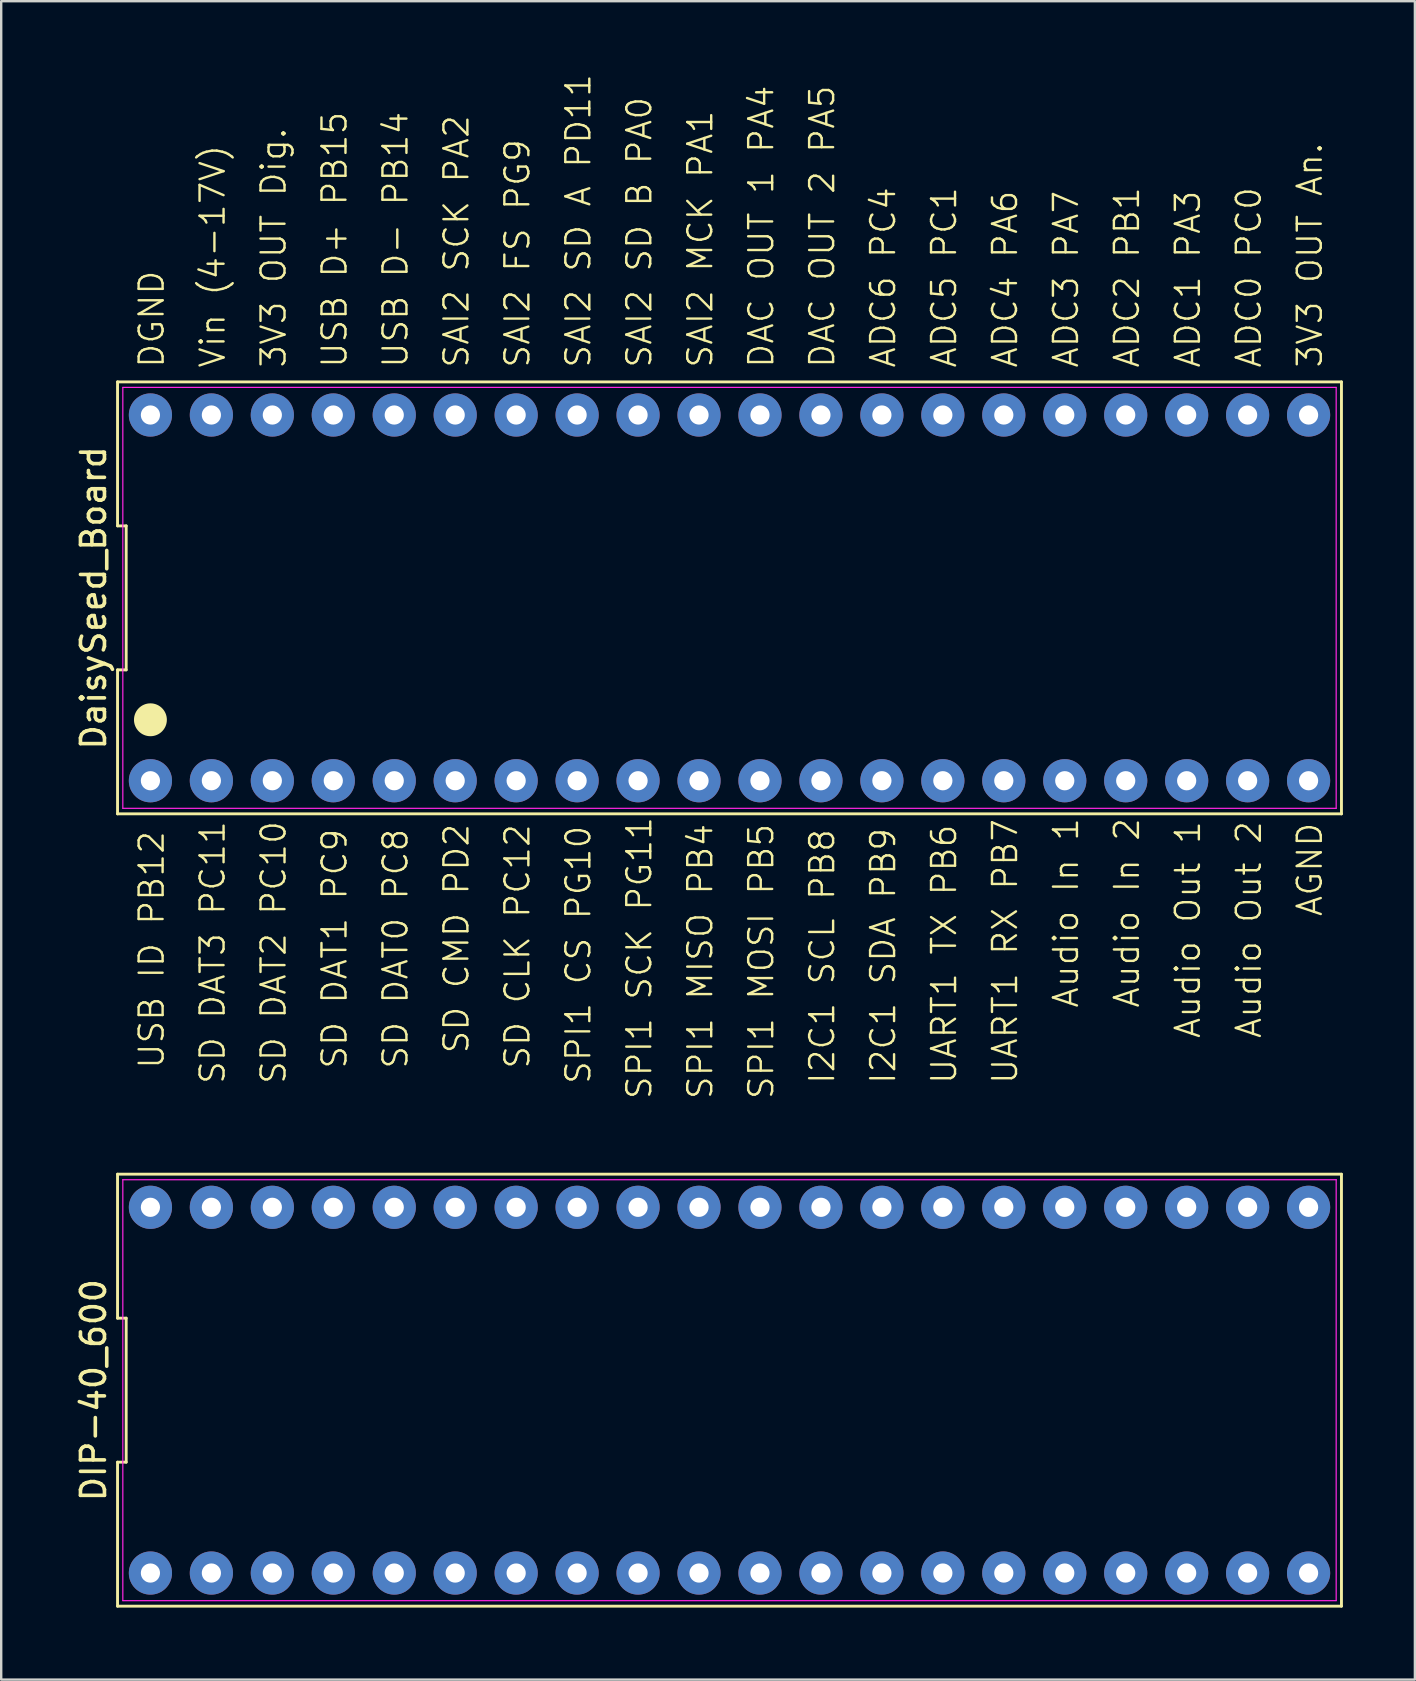
<source format=kicad_pcb>
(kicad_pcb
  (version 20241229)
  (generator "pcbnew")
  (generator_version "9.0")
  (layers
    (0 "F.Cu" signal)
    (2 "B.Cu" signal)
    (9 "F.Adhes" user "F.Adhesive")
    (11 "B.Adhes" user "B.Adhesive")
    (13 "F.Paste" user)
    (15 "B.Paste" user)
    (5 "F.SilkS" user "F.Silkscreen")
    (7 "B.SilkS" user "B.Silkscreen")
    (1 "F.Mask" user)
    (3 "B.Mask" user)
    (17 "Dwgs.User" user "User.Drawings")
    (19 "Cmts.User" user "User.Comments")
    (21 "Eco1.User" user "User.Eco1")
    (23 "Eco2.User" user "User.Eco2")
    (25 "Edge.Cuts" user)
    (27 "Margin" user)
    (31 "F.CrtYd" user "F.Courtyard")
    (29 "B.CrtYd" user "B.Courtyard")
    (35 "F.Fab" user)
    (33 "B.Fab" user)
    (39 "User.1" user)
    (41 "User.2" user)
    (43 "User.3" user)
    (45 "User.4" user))
  (footprint "DIP-40_600"
    (layer "F.Cu")
    (at 27.348 54.878)
    (property "Reference" "DIP-40_600" (at -26.5 0 90) (layer "F.SilkS") (effects (font (size 1 1) (thickness 0.15))))
    (attr through_hole)
    (fp_line (start -25.5 -9) (end -25.5 -3) (stroke (width 0.12) (type default)) (layer "F.SilkS"))
    (fp_line (start -25.5 -3) (end -25.14 -3) (stroke (width 0.12) (type default)) (layer "F.SilkS"))
    (fp_line (start -25.5 3) (end -25.5 9) (stroke (width 0.12) (type default)) (layer "F.SilkS"))
    (fp_line (start -25.5 9) (end 25.5 9) (stroke (width 0.12) (type default)) (layer "F.SilkS"))
    (fp_line (start -25.14 -3) (end -25.14 3) (stroke (width 0.12) (type default)) (layer "F.SilkS"))
    (fp_line (start -25.14 3) (end -25.5 3) (stroke (width 0.12) (type default)) (layer "F.SilkS"))
    (fp_line (start 25.5 -9) (end -25.5 -9) (stroke (width 0.12) (type default)) (layer "F.SilkS"))
    (fp_line (start 25.5 9) (end 25.5 -9) (stroke (width 0.12) (type default)) (layer "F.SilkS"))
    (fp_line (start -25.28 -8.77) (end 25.28 -8.77) (stroke (width 0.05) (type default)) (layer "F.CrtYd"))
    (fp_line (start -25.28 8.77) (end -25.28 -8.77) (stroke (width 0.05) (type default)) (layer "F.CrtYd"))
    (fp_line (start 25.28 -8.77) (end 25.28 8.77) (stroke (width 0.05) (type default)) (layer "F.CrtYd"))
    (fp_line (start 25.28 8.77) (end -25.28 8.77) (stroke (width 0.05) (type default)) (layer "F.CrtYd"))
    (pad "1" thru_hole circle (at -24.13 7.62) (size 1.8 1.8) (drill 0.8) (layers "*.Cu" "*.Mask"))
    (pad "2" thru_hole circle (at -21.59 7.62) (size 1.8 1.8) (drill 0.8) (layers "*.Cu" "*.Mask"))
    (pad "3" thru_hole circle (at -19.05 7.62) (size 1.8 1.8) (drill 0.8) (layers "*.Cu" "*.Mask"))
    (pad "4" thru_hole circle (at -16.51 7.62) (size 1.8 1.8) (drill 0.8) (layers "*.Cu" "*.Mask"))
    (pad "5" thru_hole circle (at -13.97 7.62) (size 1.8 1.8) (drill 0.8) (layers "*.Cu" "*.Mask"))
    (pad "6" thru_hole circle (at -11.43 7.62) (size 1.8 1.8) (drill 0.8) (layers "*.Cu" "*.Mask"))
    (pad "7" thru_hole circle (at -8.89 7.62) (size 1.8 1.8) (drill 0.8) (layers "*.Cu" "*.Mask"))
    (pad "8" thru_hole circle (at -6.35 7.62) (size 1.8 1.8) (drill 0.8) (layers "*.Cu" "*.Mask"))
    (pad "9" thru_hole circle (at -3.81 7.62) (size 1.8 1.8) (drill 0.8) (layers "*.Cu" "*.Mask"))
    (pad "10" thru_hole circle (at -1.27 7.62) (size 1.8 1.8) (drill 0.8) (layers "*.Cu" "*.Mask"))
    (pad "11" thru_hole circle (at 1.27 7.62) (size 1.8 1.8) (drill 0.8) (layers "*.Cu" "*.Mask"))
    (pad "12" thru_hole circle (at 3.81 7.62) (size 1.8 1.8) (drill 0.8) (layers "*.Cu" "*.Mask"))
    (pad "13" thru_hole circle (at 6.35 7.62) (size 1.8 1.8) (drill 0.8) (layers "*.Cu" "*.Mask"))
    (pad "14" thru_hole circle (at 8.89 7.62) (size 1.8 1.8) (drill 0.8) (layers "*.Cu" "*.Mask"))
    (pad "15" thru_hole circle (at 11.43 7.62) (size 1.8 1.8) (drill 0.8) (layers "*.Cu" "*.Mask"))
    (pad "16" thru_hole circle (at 13.97 7.62) (size 1.8 1.8) (drill 0.8) (layers "*.Cu" "*.Mask"))
    (pad "17" thru_hole circle (at 16.51 7.62) (size 1.8 1.8) (drill 0.8) (layers "*.Cu" "*.Mask"))
    (pad "18" thru_hole circle (at 19.05 7.62) (size 1.8 1.8) (drill 0.8) (layers "*.Cu" "*.Mask"))
    (pad "19" thru_hole circle (at 21.59 7.62) (size 1.8 1.8) (drill 0.8) (layers "*.Cu" "*.Mask"))
    (pad "20" thru_hole circle (at 24.13 7.62) (size 1.8 1.8) (drill 0.8) (layers "*.Cu" "*.Mask"))
    (pad "21" thru_hole circle (at 24.13 -7.62) (size 1.8 1.8) (drill 0.8) (layers "*.Cu" "*.Mask"))
    (pad "22" thru_hole circle (at 21.59 -7.62) (size 1.8 1.8) (drill 0.8) (layers "*.Cu" "*.Mask"))
    (pad "23" thru_hole circle (at 19.05 -7.62) (size 1.8 1.8) (drill 0.8) (layers "*.Cu" "*.Mask"))
    (pad "24" thru_hole circle (at 16.51 -7.62) (size 1.8 1.8) (drill 0.8) (layers "*.Cu" "*.Mask"))
    (pad "25" thru_hole circle (at 13.97 -7.62) (size 1.8 1.8) (drill 0.8) (layers "*.Cu" "*.Mask"))
    (pad "26" thru_hole circle (at 11.43 -7.62) (size 1.8 1.8) (drill 0.8) (layers "*.Cu" "*.Mask"))
    (pad "27" thru_hole circle (at 8.89 -7.62) (size 1.8 1.8) (drill 0.8) (layers "*.Cu" "*.Mask"))
    (pad "28" thru_hole circle (at 6.35 -7.62) (size 1.8 1.8) (drill 0.8) (layers "*.Cu" "*.Mask"))
    (pad "29" thru_hole circle (at 3.81 -7.62) (size 1.8 1.8) (drill 0.8) (layers "*.Cu" "*.Mask"))
    (pad "30" thru_hole circle (at 1.27 -7.62) (size 1.8 1.8) (drill 0.8) (layers "*.Cu" "*.Mask"))
    (pad "31" thru_hole circle (at -1.27 -7.62) (size 1.8 1.8) (drill 0.8) (layers "*.Cu" "*.Mask"))
    (pad "32" thru_hole circle (at -3.81 -7.62) (size 1.8 1.8) (drill 0.8) (layers "*.Cu" "*.Mask"))
    (pad "33" thru_hole circle (at -6.35 -7.62) (size 1.8 1.8) (drill 0.8) (layers "*.Cu" "*.Mask"))
    (pad "34" thru_hole circle (at -8.89 -7.62) (size 1.8 1.8) (drill 0.8) (layers "*.Cu" "*.Mask"))
    (pad "35" thru_hole circle (at -11.43 -7.62) (size 1.8 1.8) (drill 0.8) (layers "*.Cu" "*.Mask"))
    (pad "36" thru_hole circle (at -13.97 -7.62) (size 1.8 1.8) (drill 0.8) (layers "*.Cu" "*.Mask"))
    (pad "37" thru_hole circle (at -16.51 -7.62) (size 1.8 1.8) (drill 0.8) (layers "*.Cu" "*.Mask"))
    (pad "38" thru_hole circle (at -19.05 -7.62) (size 1.8 1.8) (drill 0.8) (layers "*.Cu" "*.Mask"))
    (pad "39" thru_hole circle (at -21.59 -7.62) (size 1.8 1.8) (drill 0.8) (layers "*.Cu" "*.Mask"))
    (pad "40" thru_hole circle (at -24.13 -7.62) (size 1.8 1.8) (drill 0.8) (layers "*.Cu" "*.Mask")))
  (footprint "DaisySeed_Board"
    (layer "F.Cu")
    (at 27.348 21.863)
    (property "Reference" "DaisySeed_Board" (at -26.5 0 90) (layer "F.SilkS") (effects (font (size 1 1) (thickness 0.15))))
    (attr through_hole)
    (fp_line (start -25.5 -9) (end -25.5 -3) (stroke (width 0.12) (type default)) (layer "F.SilkS"))
    (fp_line (start -25.5 -3) (end -25.14 -3) (stroke (width 0.12) (type default)) (layer "F.SilkS"))
    (fp_line (start -25.5 3) (end -25.5 9) (stroke (width 0.12) (type default)) (layer "F.SilkS"))
    (fp_line (start -25.5 9) (end 25.5 9) (stroke (width 0.12) (type default)) (layer "F.SilkS"))
    (fp_line (start -25.14 -3) (end -25.14 3) (stroke (width 0.12) (type default)) (layer "F.SilkS"))
    (fp_line (start -25.14 3) (end -25.5 3) (stroke (width 0.12) (type default)) (layer "F.SilkS"))
    (fp_line (start 25.5 -9) (end -25.5 -9) (stroke (width 0.12) (type default)) (layer "F.SilkS"))
    (fp_line (start 25.5 9) (end 25.5 -9) (stroke (width 0.12) (type default)) (layer "F.SilkS"))
    (fp_circle (center -24.13 5.08) (end -23.495 5.08) (stroke (width 0.1) (type solid)) (fill yes) (layer "F.SilkS"))
    (fp_line (start -25.28 -8.77) (end 25.28 -8.77) (stroke (width 0.05) (type default)) (layer "F.CrtYd"))
    (fp_line (start -25.28 8.77) (end -25.28 -8.77) (stroke (width 0.05) (type default)) (layer "F.CrtYd"))
    (fp_line (start 25.28 -8.77) (end 25.28 8.77) (stroke (width 0.05) (type default)) (layer "F.CrtYd"))
    (fp_line (start 25.28 8.77) (end -25.28 8.77) (stroke (width 0.05) (type default)) (layer "F.CrtYd"))
    (fp_text user "I2C1 SDA PB9" (at 6.985 20.32 90) (unlocked yes) (layer "F.SilkS") (effects (font (size 1 1) (thickness 0.1)) (justify left bottom)))
    (fp_text user "USB D+ PB15" (at -15.875 -9.525 90) (unlocked yes) (layer "F.SilkS") (effects (font (size 1 1) (thickness 0.1)) (justify left bottom)))
    (fp_text user "ADC4 PA6" (at 12.065 -9.525 90) (unlocked yes) (layer "F.SilkS") (effects (font (size 1 1) (thickness 0.1)) (justify left bottom)))
    (fp_text user "SD CMD PD2" (at -10.795 19.05 90) (unlocked yes) (layer "F.SilkS") (effects (font (size 1 1) (thickness 0.1)) (justify left bottom)))
    (fp_text user "SD DAT2 PC10" (at -18.415 20.32 90) (unlocked yes) (layer "F.SilkS") (effects (font (size 1 1) (thickness 0.1)) (justify left bottom)))
    (fp_text user "SPI1 MISO PB4" (at -0.635 20.955 90) (unlocked yes) (layer "F.SilkS") (effects (font (size 1 1) (thickness 0.1)) (justify left bottom)))
    (fp_text user "3V3 OUT An." (at 24.765 -9.525 90) (unlocked yes) (layer "F.SilkS") (effects (font (size 1 1) (thickness 0.1)) (justify left bottom)))
    (fp_text user "ADC0 PC0" (at 22.225 -9.525 90) (unlocked yes) (layer "F.SilkS") (effects (font (size 1 1) (thickness 0.1)) (justify left bottom)))
    (fp_text user "USB ID PB12" (at -23.495 19.685 90) (unlocked yes) (layer "F.SilkS") (effects (font (size 1 1) (thickness 0.1)) (justify left bottom)))
    (fp_text user "3V3 OUT Dig." (at -18.415 -9.525 90) (unlocked yes) (layer "F.SilkS") (effects (font (size 1 1) (thickness 0.1)) (justify left bottom)))
    (fp_text user "SAI2 SCK PA2" (at -10.795 -9.525 90) (unlocked yes) (layer "F.SilkS") (effects (font (size 1 1) (thickness 0.1)) (justify left bottom)))
    (fp_text user "SD DAT0 PC8" (at -13.335 19.685 90) (unlocked yes) (layer "F.SilkS") (effects (font (size 1 1) (thickness 0.1)) (justify left bottom)))
    (fp_text user "SD DAT3 PC11" (at -20.955 20.32 90) (unlocked yes) (layer "F.SilkS") (effects (font (size 1 1) (thickness 0.1)) (justify left bottom)))
    (fp_text user "DGND" (at -23.495 -9.525 90) (unlocked yes) (layer "F.SilkS") (effects (font (size 1 1) (thickness 0.1)) (justify left bottom)))
    (fp_text user "UART1 TX PB6" (at 9.525 20.32 90) (unlocked yes) (layer "F.SilkS") (effects (font (size 1 1) (thickness 0.1)) (justify left bottom)))
    (fp_text user "SPI1 MOSI PB5" (at 1.905 20.955 90) (unlocked yes) (layer "F.SilkS") (effects (font (size 1 1) (thickness 0.1)) (justify left bottom)))
    (fp_text user "SAI2 FS PG9" (at -8.255 -9.525 90) (unlocked yes) (layer "F.SilkS") (effects (font (size 1 1) (thickness 0.1)) (justify left bottom)))
    (fp_text user "SAI2 SD A PD11" (at -5.715 -9.525 90) (unlocked yes) (layer "F.SilkS") (effects (font (size 1 1) (thickness 0.1)) (justify left bottom)))
    (fp_text user "ADC1 PA3" (at 19.685 -9.525 90) (unlocked yes) (layer "F.SilkS") (effects (font (size 1 1) (thickness 0.1)) (justify left bottom)))
    (fp_text user "ADC6 PC4" (at 6.985 -9.525 90) (unlocked yes) (layer "F.SilkS") (effects (font (size 1 1) (thickness 0.1)) (justify left bottom)))
    (fp_text user "SAI2 SD B PA0" (at -3.175 -9.525 90) (unlocked yes) (layer "F.SilkS") (effects (font (size 1 1) (thickness 0.1)) (justify left bottom)))
    (fp_text user "ADC5 PC1" (at 9.525 -9.525 90) (unlocked yes) (layer "F.SilkS") (effects (font (size 1 1) (thickness 0.1)) (justify left bottom)))
    (fp_text user "SD DAT1 PC9" (at -15.875 19.685 90) (unlocked yes) (layer "F.SilkS") (effects (font (size 1 1) (thickness 0.1)) (justify left bottom)))
    (fp_text user "AGND" (at 24.765 13.335 90) (unlocked yes) (layer "F.SilkS") (effects (font (size 1 1) (thickness 0.1)) (justify left bottom)))
    (fp_text user "SPI1 SCK PG11" (at -3.175 20.955 90) (unlocked yes) (layer "F.SilkS") (effects (font (size 1 1) (thickness 0.1)) (justify left bottom)))
    (fp_text user "DAC OUT 1 PA4" (at 1.905 -9.525 90) (unlocked yes) (layer "F.SilkS") (effects (font (size 1 1) (thickness 0.1)) (justify left bottom)))
    (fp_text user "Vin (4-17V)" (at -20.955 -9.525 90) (unlocked yes) (layer "F.SilkS") (effects (font (size 1 1) (thickness 0.1)) (justify left bottom)))
    (fp_text user "UART1 RX PB7" (at 12.065 20.32 90) (unlocked yes) (layer "F.SilkS") (effects (font (size 1 1) (thickness 0.1)) (justify left bottom)))
    (fp_text user "ADC3 PA7" (at 14.605 -9.525 90) (unlocked yes) (layer "F.SilkS") (effects (font (size 1 1) (thickness 0.1)) (justify left bottom)))
    (fp_text user "Audio Out 1" (at 19.685 18.415 90) (unlocked yes) (layer "F.SilkS") (effects (font (size 1 1) (thickness 0.1)) (justify left bottom)))
    (fp_text user "SPI1 CS PG10" (at -5.715 20.32 90) (unlocked yes) (layer "F.SilkS") (effects (font (size 1 1) (thickness 0.1)) (justify left bottom)))
    (fp_text user "DAC OUT 2 PA5" (at 4.445 -9.525 90) (unlocked yes) (layer "F.SilkS") (effects (font (size 1 1) (thickness 0.1)) (justify left bottom)))
    (fp_text user "Audio In 1" (at 14.605 17.145 90) (unlocked yes) (layer "F.SilkS") (effects (font (size 1 1) (thickness 0.1)) (justify left bottom)))
    (fp_text user "SD CLK PC12" (at -8.255 19.685 90) (unlocked yes) (layer "F.SilkS") (effects (font (size 1 1) (thickness 0.1)) (justify left bottom)))
    (fp_text user "SAI2 MCK PA1" (at -0.635 -9.525 90) (unlocked yes) (layer "F.SilkS") (effects (font (size 1 1) (thickness 0.1)) (justify left bottom)))
    (fp_text user "Audio In 2" (at 17.145 17.145 90) (unlocked yes) (layer "F.SilkS") (effects (font (size 1 1) (thickness 0.1)) (justify left bottom)))
    (fp_text user "USB D- PB14" (at -13.335 -9.525 90) (unlocked yes) (layer "F.SilkS") (effects (font (size 1 1) (thickness 0.1)) (justify left bottom)))
    (fp_text user "ADC2 PB1" (at 17.145 -9.525 90) (unlocked yes) (layer "F.SilkS") (effects (font (size 1 1) (thickness 0.1)) (justify left bottom)))
    (fp_text user "Audio Out 2" (at 22.225 18.415 90) (unlocked yes) (layer "F.SilkS") (effects (font (size 1 1) (thickness 0.1)) (justify left bottom)))
    (fp_text user "I2C1 SCL PB8" (at 4.445 20.32 90) (unlocked yes) (layer "F.SilkS") (effects (font (size 1 1) (thickness 0.1)) (justify left bottom)))
    (pad "1" thru_hole circle (at -24.13 7.62) (size 1.8 1.8) (drill 0.8) (layers "*.Cu" "*.Mask"))
    (pad "2" thru_hole circle (at -21.59 7.62) (size 1.8 1.8) (drill 0.8) (layers "*.Cu" "*.Mask"))
    (pad "3" thru_hole circle (at -19.05 7.62) (size 1.8 1.8) (drill 0.8) (layers "*.Cu" "*.Mask"))
    (pad "4" thru_hole circle (at -16.51 7.62) (size 1.8 1.8) (drill 0.8) (layers "*.Cu" "*.Mask"))
    (pad "5" thru_hole circle (at -13.97 7.62) (size 1.8 1.8) (drill 0.8) (layers "*.Cu" "*.Mask"))
    (pad "6" thru_hole circle (at -11.43 7.62) (size 1.8 1.8) (drill 0.8) (layers "*.Cu" "*.Mask"))
    (pad "7" thru_hole circle (at -8.89 7.62) (size 1.8 1.8) (drill 0.8) (layers "*.Cu" "*.Mask"))
    (pad "8" thru_hole circle (at -6.35 7.62) (size 1.8 1.8) (drill 0.8) (layers "*.Cu" "*.Mask"))
    (pad "9" thru_hole circle (at -3.81 7.62) (size 1.8 1.8) (drill 0.8) (layers "*.Cu" "*.Mask"))
    (pad "10" thru_hole circle (at -1.27 7.62) (size 1.8 1.8) (drill 0.8) (layers "*.Cu" "*.Mask"))
    (pad "11" thru_hole circle (at 1.27 7.62) (size 1.8 1.8) (drill 0.8) (layers "*.Cu" "*.Mask"))
    (pad "12" thru_hole circle (at 3.81 7.62) (size 1.8 1.8) (drill 0.8) (layers "*.Cu" "*.Mask"))
    (pad "13" thru_hole circle (at 6.35 7.62) (size 1.8 1.8) (drill 0.8) (layers "*.Cu" "*.Mask"))
    (pad "14" thru_hole circle (at 8.89 7.62) (size 1.8 1.8) (drill 0.8) (layers "*.Cu" "*.Mask"))
    (pad "15" thru_hole circle (at 11.43 7.62) (size 1.8 1.8) (drill 0.8) (layers "*.Cu" "*.Mask"))
    (pad "16" thru_hole circle (at 13.97 7.62) (size 1.8 1.8) (drill 0.8) (layers "*.Cu" "*.Mask"))
    (pad "17" thru_hole circle (at 16.51 7.62) (size 1.8 1.8) (drill 0.8) (layers "*.Cu" "*.Mask"))
    (pad "18" thru_hole circle (at 19.05 7.62) (size 1.8 1.8) (drill 0.8) (layers "*.Cu" "*.Mask"))
    (pad "19" thru_hole circle (at 21.59 7.62) (size 1.8 1.8) (drill 0.8) (layers "*.Cu" "*.Mask"))
    (pad "20" thru_hole circle (at 24.13 7.62) (size 1.8 1.8) (drill 0.8) (layers "*.Cu" "*.Mask"))
    (pad "21" thru_hole circle (at 24.13 -7.62) (size 1.8 1.8) (drill 0.8) (layers "*.Cu" "*.Mask"))
    (pad "22" thru_hole circle (at 21.59 -7.62) (size 1.8 1.8) (drill 0.8) (layers "*.Cu" "*.Mask"))
    (pad "23" thru_hole circle (at 19.05 -7.62) (size 1.8 1.8) (drill 0.8) (layers "*.Cu" "*.Mask"))
    (pad "24" thru_hole circle (at 16.51 -7.62) (size 1.8 1.8) (drill 0.8) (layers "*.Cu" "*.Mask"))
    (pad "25" thru_hole circle (at 13.97 -7.62) (size 1.8 1.8) (drill 0.8) (layers "*.Cu" "*.Mask"))
    (pad "26" thru_hole circle (at 11.43 -7.62) (size 1.8 1.8) (drill 0.8) (layers "*.Cu" "*.Mask"))
    (pad "27" thru_hole circle (at 8.89 -7.62) (size 1.8 1.8) (drill 0.8) (layers "*.Cu" "*.Mask"))
    (pad "28" thru_hole circle (at 6.35 -7.62) (size 1.8 1.8) (drill 0.8) (layers "*.Cu" "*.Mask"))
    (pad "29" thru_hole circle (at 3.81 -7.62) (size 1.8 1.8) (drill 0.8) (layers "*.Cu" "*.Mask"))
    (pad "30" thru_hole circle (at 1.27 -7.62) (size 1.8 1.8) (drill 0.8) (layers "*.Cu" "*.Mask"))
    (pad "31" thru_hole circle (at -1.27 -7.62) (size 1.8 1.8) (drill 0.8) (layers "*.Cu" "*.Mask"))
    (pad "32" thru_hole circle (at -3.81 -7.62) (size 1.8 1.8) (drill 0.8) (layers "*.Cu" "*.Mask"))
    (pad "33" thru_hole circle (at -6.35 -7.62) (size 1.8 1.8) (drill 0.8) (layers "*.Cu" "*.Mask"))
    (pad "34" thru_hole circle (at -8.89 -7.62) (size 1.8 1.8) (drill 0.8) (layers "*.Cu" "*.Mask"))
    (pad "35" thru_hole circle (at -11.43 -7.62) (size 1.8 1.8) (drill 0.8) (layers "*.Cu" "*.Mask"))
    (pad "36" thru_hole circle (at -13.97 -7.62) (size 1.8 1.8) (drill 0.8) (layers "*.Cu" "*.Mask"))
    (pad "37" thru_hole circle (at -16.51 -7.62) (size 1.8 1.8) (drill 0.8) (layers "*.Cu" "*.Mask"))
    (pad "38" thru_hole circle (at -19.05 -7.62) (size 1.8 1.8) (drill 0.8) (layers "*.Cu" "*.Mask"))
    (pad "39" thru_hole circle (at -21.59 -7.62) (size 1.8 1.8) (drill 0.8) (layers "*.Cu" "*.Mask"))
    (pad "40" thru_hole circle (at -24.13 -7.62) (size 1.8 1.8) (drill 0.8) (layers "*.Cu" "*.Mask")))
  (gr_rect
    (start -3 -3)
    (end 55.908 66.938)
    (stroke (width 0.1) (type default))
    (fill no)
    (layer "Edge.Cuts")))
</source>
